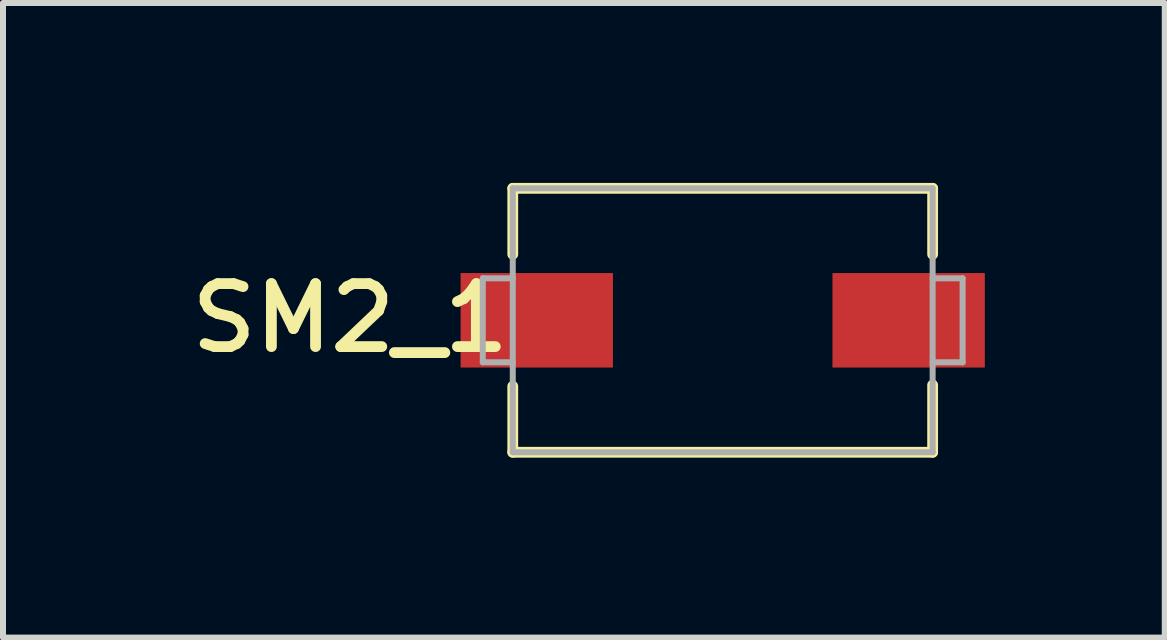
<source format=kicad_pcb>
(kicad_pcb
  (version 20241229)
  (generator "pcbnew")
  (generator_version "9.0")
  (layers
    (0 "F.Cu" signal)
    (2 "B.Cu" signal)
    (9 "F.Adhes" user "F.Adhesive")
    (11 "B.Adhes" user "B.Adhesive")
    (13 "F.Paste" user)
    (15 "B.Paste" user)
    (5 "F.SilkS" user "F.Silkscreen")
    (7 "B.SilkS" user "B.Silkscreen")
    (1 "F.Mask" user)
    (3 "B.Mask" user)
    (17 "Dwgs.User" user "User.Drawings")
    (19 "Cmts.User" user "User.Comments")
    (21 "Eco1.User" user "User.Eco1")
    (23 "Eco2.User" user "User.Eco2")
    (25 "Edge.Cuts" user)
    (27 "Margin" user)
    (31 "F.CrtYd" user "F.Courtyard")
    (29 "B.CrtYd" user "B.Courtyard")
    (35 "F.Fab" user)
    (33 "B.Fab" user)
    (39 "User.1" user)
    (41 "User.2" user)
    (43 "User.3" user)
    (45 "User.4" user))
  (footprint "SM2_1"
    (layer "F.Cu")
    (at 8.999 2.29)
    (property "Reference" "SM2_1" (at -6.21 -0.038 0) (unlocked yes) (layer "F.SilkS") (effects (font (size 1.05 1.104) (thickness 0.18))))
    (attr smd)
    (fp_line (start -3.5 -2.2) (end 3.5 -2.2) (stroke (width 0.18) (type solid)) (layer "F.SilkS"))
    (fp_line (start -3.5 -1.1) (end -3.5 -2.2) (stroke (width 0.18) (type solid)) (layer "F.SilkS"))
    (fp_line (start -3.5 2.2) (end -3.5 1.1) (stroke (width 0.18) (type solid)) (layer "F.SilkS"))
    (fp_line (start -3.5 2.2) (end 3.5 2.2) (stroke (width 0.18) (type solid)) (layer "F.SilkS"))
    (fp_line (start 3.5 -1.1) (end 3.5 -2.2) (stroke (width 0.18) (type solid)) (layer "F.SilkS"))
    (fp_line (start 3.5 2.2) (end 3.5 1.079) (stroke (width 0.18) (type solid)) (layer "F.SilkS"))
    (fp_line (start -4 -0.7) (end -3.5 -0.7) (stroke (width 0.1) (type solid)) (layer "F.Fab"))
    (fp_line (start -4 0.7) (end -4 -0.7) (stroke (width 0.1) (type solid)) (layer "F.Fab"))
    (fp_line (start -4 0.7) (end -3.5 0.7) (stroke (width 0.1) (type solid)) (layer "F.Fab"))
    (fp_line (start -3.5 -2.2) (end 3.5 -2.2) (stroke (width 0.1) (type solid)) (layer "F.Fab"))
    (fp_line (start -3.5 2.2) (end -3.5 -2.2) (stroke (width 0.1) (type solid)) (layer "F.Fab"))
    (fp_line (start -3.5 2.2) (end 3.5 2.2) (stroke (width 0.1) (type solid)) (layer "F.Fab"))
    (fp_line (start 3.5 -0.7) (end 4 -0.7) (stroke (width 0.1) (type solid)) (layer "F.Fab"))
    (fp_line (start 3.5 0.7) (end 4 0.7) (stroke (width 0.1) (type solid)) (layer "F.Fab"))
    (fp_line (start 3.5 2.2) (end 3.5 -2.2) (stroke (width 0.1) (type solid)) (layer "F.Fab"))
    (fp_line (start 4 0.7) (end 4 -0.7) (stroke (width 0.1) (type solid)) (layer "F.Fab"))
    (pad "1" smd rect (at -3.1 0) (size 2.54 1.575) (layers "F.Cu" "F.Mask" "F.Paste"))
    (pad "2" smd rect (at 3.1 0) (size 2.54 1.575) (layers "F.Cu" "F.Mask" "F.Paste")))
  (gr_rect
    (start -3 -3)
    (end 16.369 7.58)
    (stroke (width 0.1) (type default))
    (fill no)
    (layer "Edge.Cuts")))
</source>
